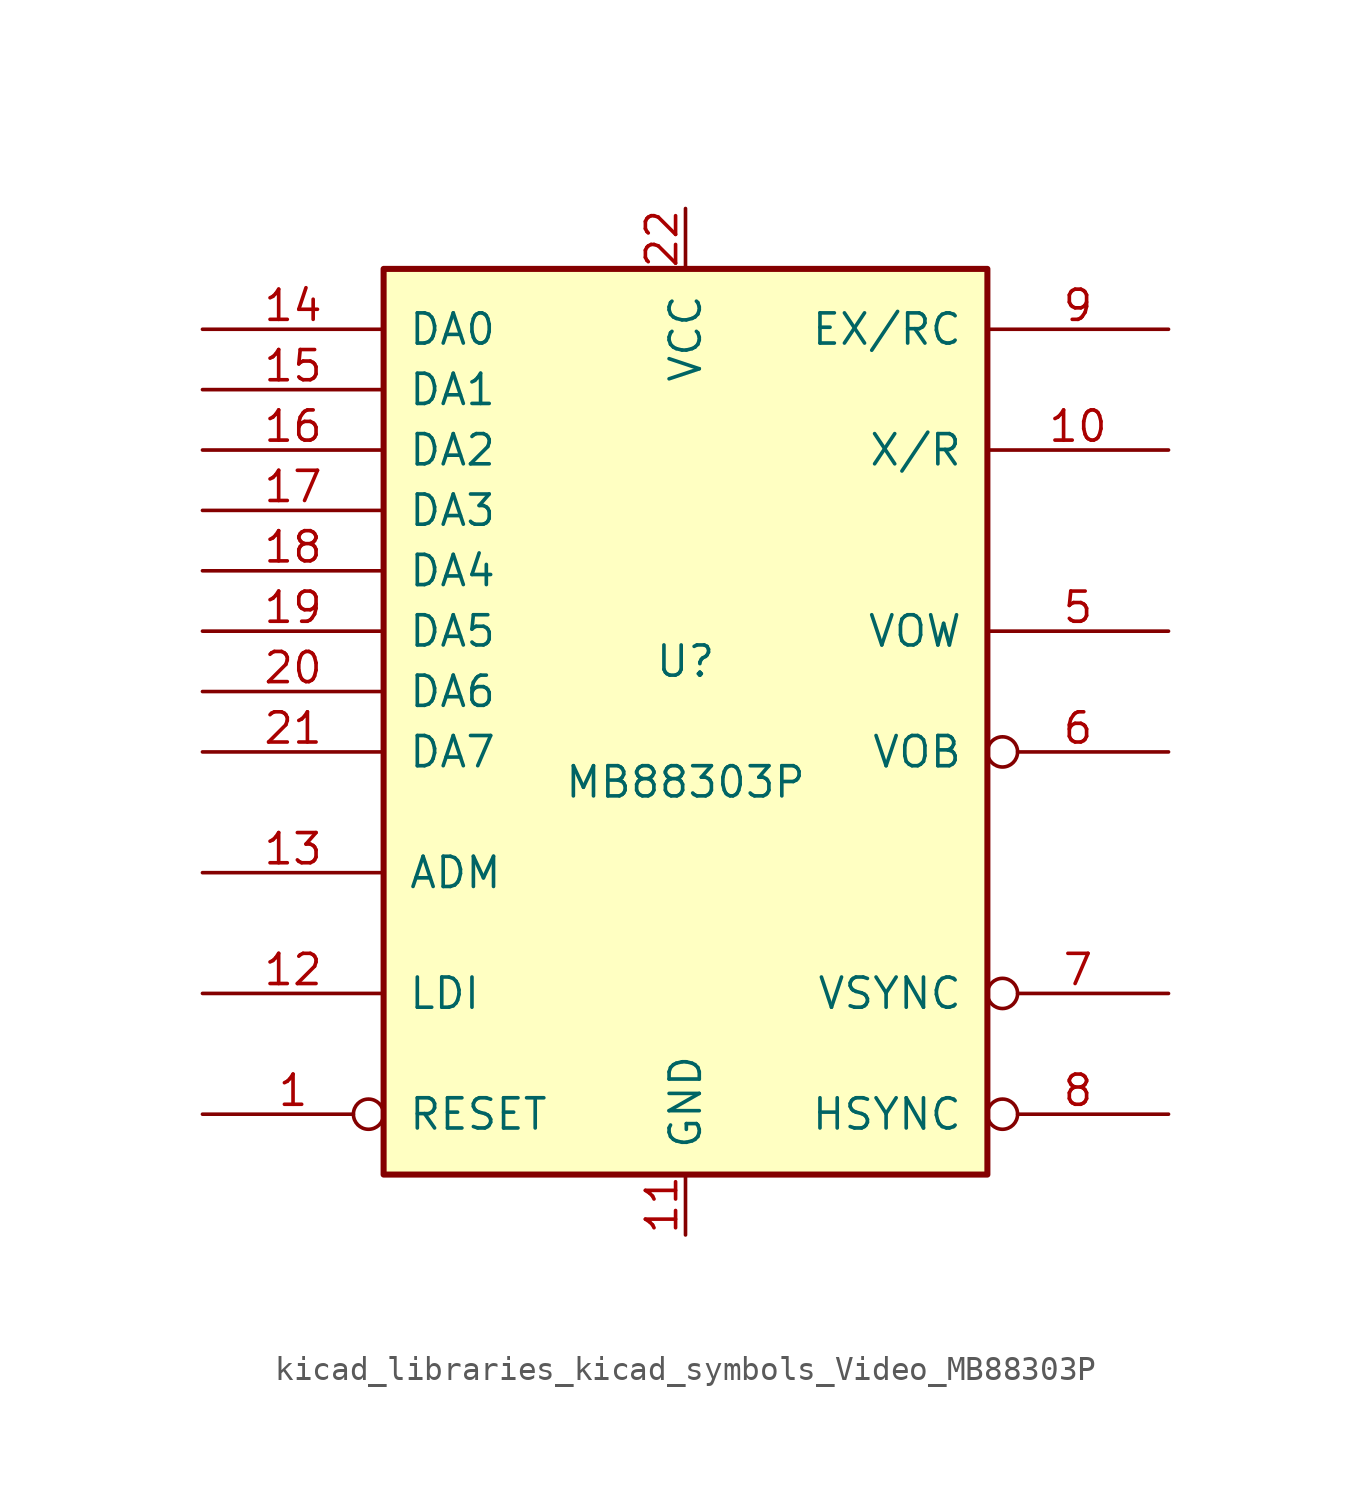
<source format=kicad_sym>
(kicad_symbol_lib
  (version 20220914)
  (generator kicad_symbol_editor)
  (symbol "kicad_libraries_kicad_symbols_Video_MB88303P"
    (pin_names
      (offset 1.016))
    (property "Reference" "U"
      (at 0 2.54 0)
      (effects (font (size 1.27 1.27))))
    (property "Value" "MB88303P"
      (at 0 -2.54 0)
      (effects (font (size 1.27 1.27))))
    (symbol "kicad_libraries_kicad_symbols_Video_MB88303P_0_1"
      (rectangle (start -12.7 -19.05) (end 12.7 19.05) (stroke (width 0.254) (type default)) (fill (type background))))
    (symbol "kicad_libraries_kicad_symbols_Video_MB88303P_1_1"
      (pin input inverted (at -20.32 -16.51 0) (length 7.62) (name "RESET" (effects (font (size 1.27 1.27)))) (number "1" (effects (font (size 1.27 1.27)))))
      (pin output line (at 20.32 11.43 180) (length 7.62) (name "X/R" (effects (font (size 1.27 1.27)))) (number "10" (effects (font (size 1.27 1.27)))))
      (pin power_in line (at 0 -21.59 90) (length 2.54) (name "GND" (effects (font (size 1.27 1.27)))) (number "11" (effects (font (size 1.27 1.27)))))
      (pin input line (at -20.32 -11.43 0) (length 7.62) (name "LDI" (effects (font (size 1.27 1.27)))) (number "12" (effects (font (size 1.27 1.27)))))
      (pin input line (at -20.32 -6.35 0) (length 7.62) (name "ADM" (effects (font (size 1.27 1.27)))) (number "13" (effects (font (size 1.27 1.27)))))
      (pin input line (at -20.32 16.51 0) (length 7.62) (name "DA0" (effects (font (size 1.27 1.27)))) (number "14" (effects (font (size 1.27 1.27)))))
      (pin input line (at -20.32 13.97 0) (length 7.62) (name "DA1" (effects (font (size 1.27 1.27)))) (number "15" (effects (font (size 1.27 1.27)))))
      (pin input line (at -20.32 11.43 0) (length 7.62) (name "DA2" (effects (font (size 1.27 1.27)))) (number "16" (effects (font (size 1.27 1.27)))))
      (pin input line (at -20.32 8.89 0) (length 7.62) (name "DA3" (effects (font (size 1.27 1.27)))) (number "17" (effects (font (size 1.27 1.27)))))
      (pin input line (at -20.32 6.35 0) (length 7.62) (name "DA4" (effects (font (size 1.27 1.27)))) (number "18" (effects (font (size 1.27 1.27)))))
      (pin input line (at -20.32 3.81 0) (length 7.62) (name "DA5" (effects (font (size 1.27 1.27)))) (number "19" (effects (font (size 1.27 1.27)))))
      (pin input line (at -20.32 1.27 0) (length 7.62) (name "DA6" (effects (font (size 1.27 1.27)))) (number "20" (effects (font (size 1.27 1.27)))))
      (pin input line (at -20.32 -1.27 0) (length 7.62) (name "DA7" (effects (font (size 1.27 1.27)))) (number "21" (effects (font (size 1.27 1.27)))))
      (pin power_in line (at 0 21.59 270) (length 2.54) (name "VCC" (effects (font (size 1.27 1.27)))) (number "22" (effects (font (size 1.27 1.27)))))
      (pin output line (at 20.32 3.81 180) (length 7.62) (name "VOW" (effects (font (size 1.27 1.27)))) (number "5" (effects (font (size 1.27 1.27)))))
      (pin output inverted (at 20.32 -1.27 180) (length 7.62) (name "VOB" (effects (font (size 1.27 1.27)))) (number "6" (effects (font (size 1.27 1.27)))))
      (pin input inverted (at 20.32 -11.43 180) (length 7.62) (name "VSYNC" (effects (font (size 1.27 1.27)))) (number "7" (effects (font (size 1.27 1.27)))))
      (pin input inverted (at 20.32 -16.51 180) (length 7.62) (name "HSYNC" (effects (font (size 1.27 1.27)))) (number "8" (effects (font (size 1.27 1.27)))))
      (pin input line (at 20.32 16.51 180) (length 7.62) (name "EX/RC" (effects (font (size 1.27 1.27)))) (number "9" (effects (font (size 1.27 1.27))))))))
</source>
